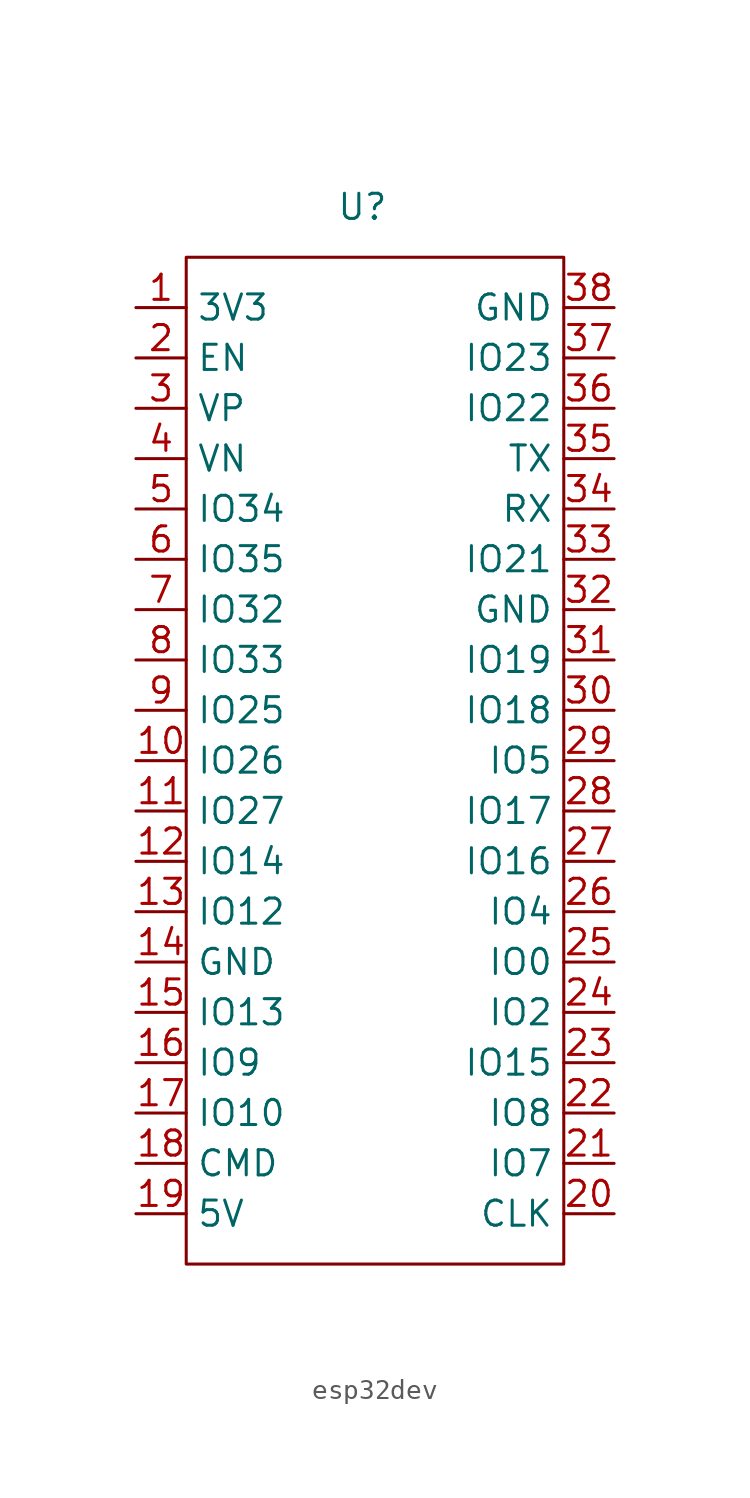
<source format=kicad_sym>
(kicad_symbol_lib
  (version 20220914)
  (generator kicad_symbol_editor)
  (symbol "esp32dev"
    (property "Reference" "U"
      (at 3.81 12.7 0)
      (effects (font (size 1.27 1.27))))
    (property "Value" ""
      (at 0 0 0)
      (effects (font (size 1.27 1.27))))
    (symbol "esp32dev_0_1"
      (rectangle (start -5.08 10.16) (end 13.97 -40.64) (stroke (width 0) (type default)) (fill (type none))))
    (symbol "esp32dev_1_1"
      (pin power_in line (at -7.62 7.62 0) (length 2.54) (name "3V3" (effects (font (size 1.27 1.27)))) (number "1" (effects (font (size 1.27 1.27)))))
      (pin bidirectional line (at -7.62 -15.24 0) (length 2.54) (name "IO26" (effects (font (size 1.27 1.27)))) (number "10" (effects (font (size 1.27 1.27)))))
      (pin bidirectional line (at -7.62 -17.78 0) (length 2.54) (name "IO27" (effects (font (size 1.27 1.27)))) (number "11" (effects (font (size 1.27 1.27)))))
      (pin bidirectional line (at -7.62 -20.32 0) (length 2.54) (name "IO14" (effects (font (size 1.27 1.27)))) (number "12" (effects (font (size 1.27 1.27)))))
      (pin bidirectional line (at -7.62 -22.86 0) (length 2.54) (name "IO12" (effects (font (size 1.27 1.27)))) (number "13" (effects (font (size 1.27 1.27)))))
      (pin output line (at -7.62 -25.4 0) (length 2.54) (name "GND" (effects (font (size 1.27 1.27)))) (number "14" (effects (font (size 1.27 1.27)))))
      (pin bidirectional line (at -7.62 -27.94 0) (length 2.54) (name "IO13" (effects (font (size 1.27 1.27)))) (number "15" (effects (font (size 1.27 1.27)))))
      (pin bidirectional line (at -7.62 -30.48 0) (length 2.54) (name "IO9" (effects (font (size 1.27 1.27)))) (number "16" (effects (font (size 1.27 1.27)))))
      (pin bidirectional line (at -7.62 -33.02 0) (length 2.54) (name "IO10" (effects (font (size 1.27 1.27)))) (number "17" (effects (font (size 1.27 1.27)))))
      (pin bidirectional line (at -7.62 -35.56 0) (length 2.54) (name "CMD" (effects (font (size 1.27 1.27)))) (number "18" (effects (font (size 1.27 1.27)))))
      (pin power_in line (at -7.62 -38.1 0) (length 2.54) (name "5V" (effects (font (size 1.27 1.27)))) (number "19" (effects (font (size 1.27 1.27)))))
      (pin input line (at -7.62 5.08 0) (length 2.54) (name "EN" (effects (font (size 1.27 1.27)))) (number "2" (effects (font (size 1.27 1.27)))))
      (pin bidirectional line (at 16.51 -38.1 180) (length 2.54) (name "CLK" (effects (font (size 1.27 1.27)))) (number "20" (effects (font (size 1.27 1.27)))))
      (pin bidirectional line (at 16.51 -35.56 180) (length 2.54) (name "IO7" (effects (font (size 1.27 1.27)))) (number "21" (effects (font (size 1.27 1.27)))))
      (pin bidirectional line (at 16.51 -33.02 180) (length 2.54) (name "IO8" (effects (font (size 1.27 1.27)))) (number "22" (effects (font (size 1.27 1.27)))))
      (pin bidirectional line (at 16.51 -30.48 180) (length 2.54) (name "IO15" (effects (font (size 1.27 1.27)))) (number "23" (effects (font (size 1.27 1.27)))))
      (pin bidirectional line (at 16.51 -27.94 180) (length 2.54) (name "IO2" (effects (font (size 1.27 1.27)))) (number "24" (effects (font (size 1.27 1.27)))))
      (pin bidirectional line (at 16.51 -25.4 180) (length 2.54) (name "IO0" (effects (font (size 1.27 1.27)))) (number "25" (effects (font (size 1.27 1.27)))))
      (pin bidirectional line (at 16.51 -22.86 180) (length 2.54) (name "IO4" (effects (font (size 1.27 1.27)))) (number "26" (effects (font (size 1.27 1.27)))))
      (pin bidirectional line (at 16.51 -20.32 180) (length 2.54) (name "IO16" (effects (font (size 1.27 1.27)))) (number "27" (effects (font (size 1.27 1.27)))))
      (pin bidirectional line (at 16.51 -17.78 180) (length 2.54) (name "IO17" (effects (font (size 1.27 1.27)))) (number "28" (effects (font (size 1.27 1.27)))))
      (pin bidirectional line (at 16.51 -15.24 180) (length 2.54) (name "IO5" (effects (font (size 1.27 1.27)))) (number "29" (effects (font (size 1.27 1.27)))))
      (pin input line (at -7.62 2.54 0) (length 2.54) (name "VP" (effects (font (size 1.27 1.27)))) (number "3" (effects (font (size 1.27 1.27)))))
      (pin bidirectional line (at 16.51 -12.7 180) (length 2.54) (name "IO18" (effects (font (size 1.27 1.27)))) (number "30" (effects (font (size 1.27 1.27)))))
      (pin bidirectional line (at 16.51 -10.16 180) (length 2.54) (name "IO19" (effects (font (size 1.27 1.27)))) (number "31" (effects (font (size 1.27 1.27)))))
      (pin output line (at 16.51 -7.62 180) (length 2.54) (name "GND" (effects (font (size 1.27 1.27)))) (number "32" (effects (font (size 1.27 1.27)))))
      (pin bidirectional line (at 16.51 -5.08 180) (length 2.54) (name "IO21" (effects (font (size 1.27 1.27)))) (number "33" (effects (font (size 1.27 1.27)))))
      (pin bidirectional line (at 16.51 -2.54 180) (length 2.54) (name "RX" (effects (font (size 1.27 1.27)))) (number "34" (effects (font (size 1.27 1.27)))))
      (pin bidirectional line (at 16.51 0 180) (length 2.54) (name "TX" (effects (font (size 1.27 1.27)))) (number "35" (effects (font (size 1.27 1.27)))))
      (pin bidirectional line (at 16.51 2.54 180) (length 2.54) (name "IO22" (effects (font (size 1.27 1.27)))) (number "36" (effects (font (size 1.27 1.27)))))
      (pin bidirectional line (at 16.51 5.08 180) (length 2.54) (name "IO23" (effects (font (size 1.27 1.27)))) (number "37" (effects (font (size 1.27 1.27)))))
      (pin output line (at 16.51 7.62 180) (length 2.54) (name "GND" (effects (font (size 1.27 1.27)))) (number "38" (effects (font (size 1.27 1.27)))))
      (pin input line (at -7.62 0 0) (length 2.54) (name "VN" (effects (font (size 1.27 1.27)))) (number "4" (effects (font (size 1.27 1.27)))))
      (pin input line (at -7.62 -2.54 0) (length 2.54) (name "IO34" (effects (font (size 1.27 1.27)))) (number "5" (effects (font (size 1.27 1.27)))))
      (pin input line (at -7.62 -5.08 0) (length 2.54) (name "IO35" (effects (font (size 1.27 1.27)))) (number "6" (effects (font (size 1.27 1.27)))))
      (pin bidirectional line (at -7.62 -7.62 0) (length 2.54) (name "IO32" (effects (font (size 1.27 1.27)))) (number "7" (effects (font (size 1.27 1.27)))))
      (pin bidirectional line (at -7.62 -10.16 0) (length 2.54) (name "IO33" (effects (font (size 1.27 1.27)))) (number "8" (effects (font (size 1.27 1.27)))))
      (pin bidirectional line (at -7.62 -12.7 0) (length 2.54) (name "IO25" (effects (font (size 1.27 1.27)))) (number "9" (effects (font (size 1.27 1.27))))))))
</source>
